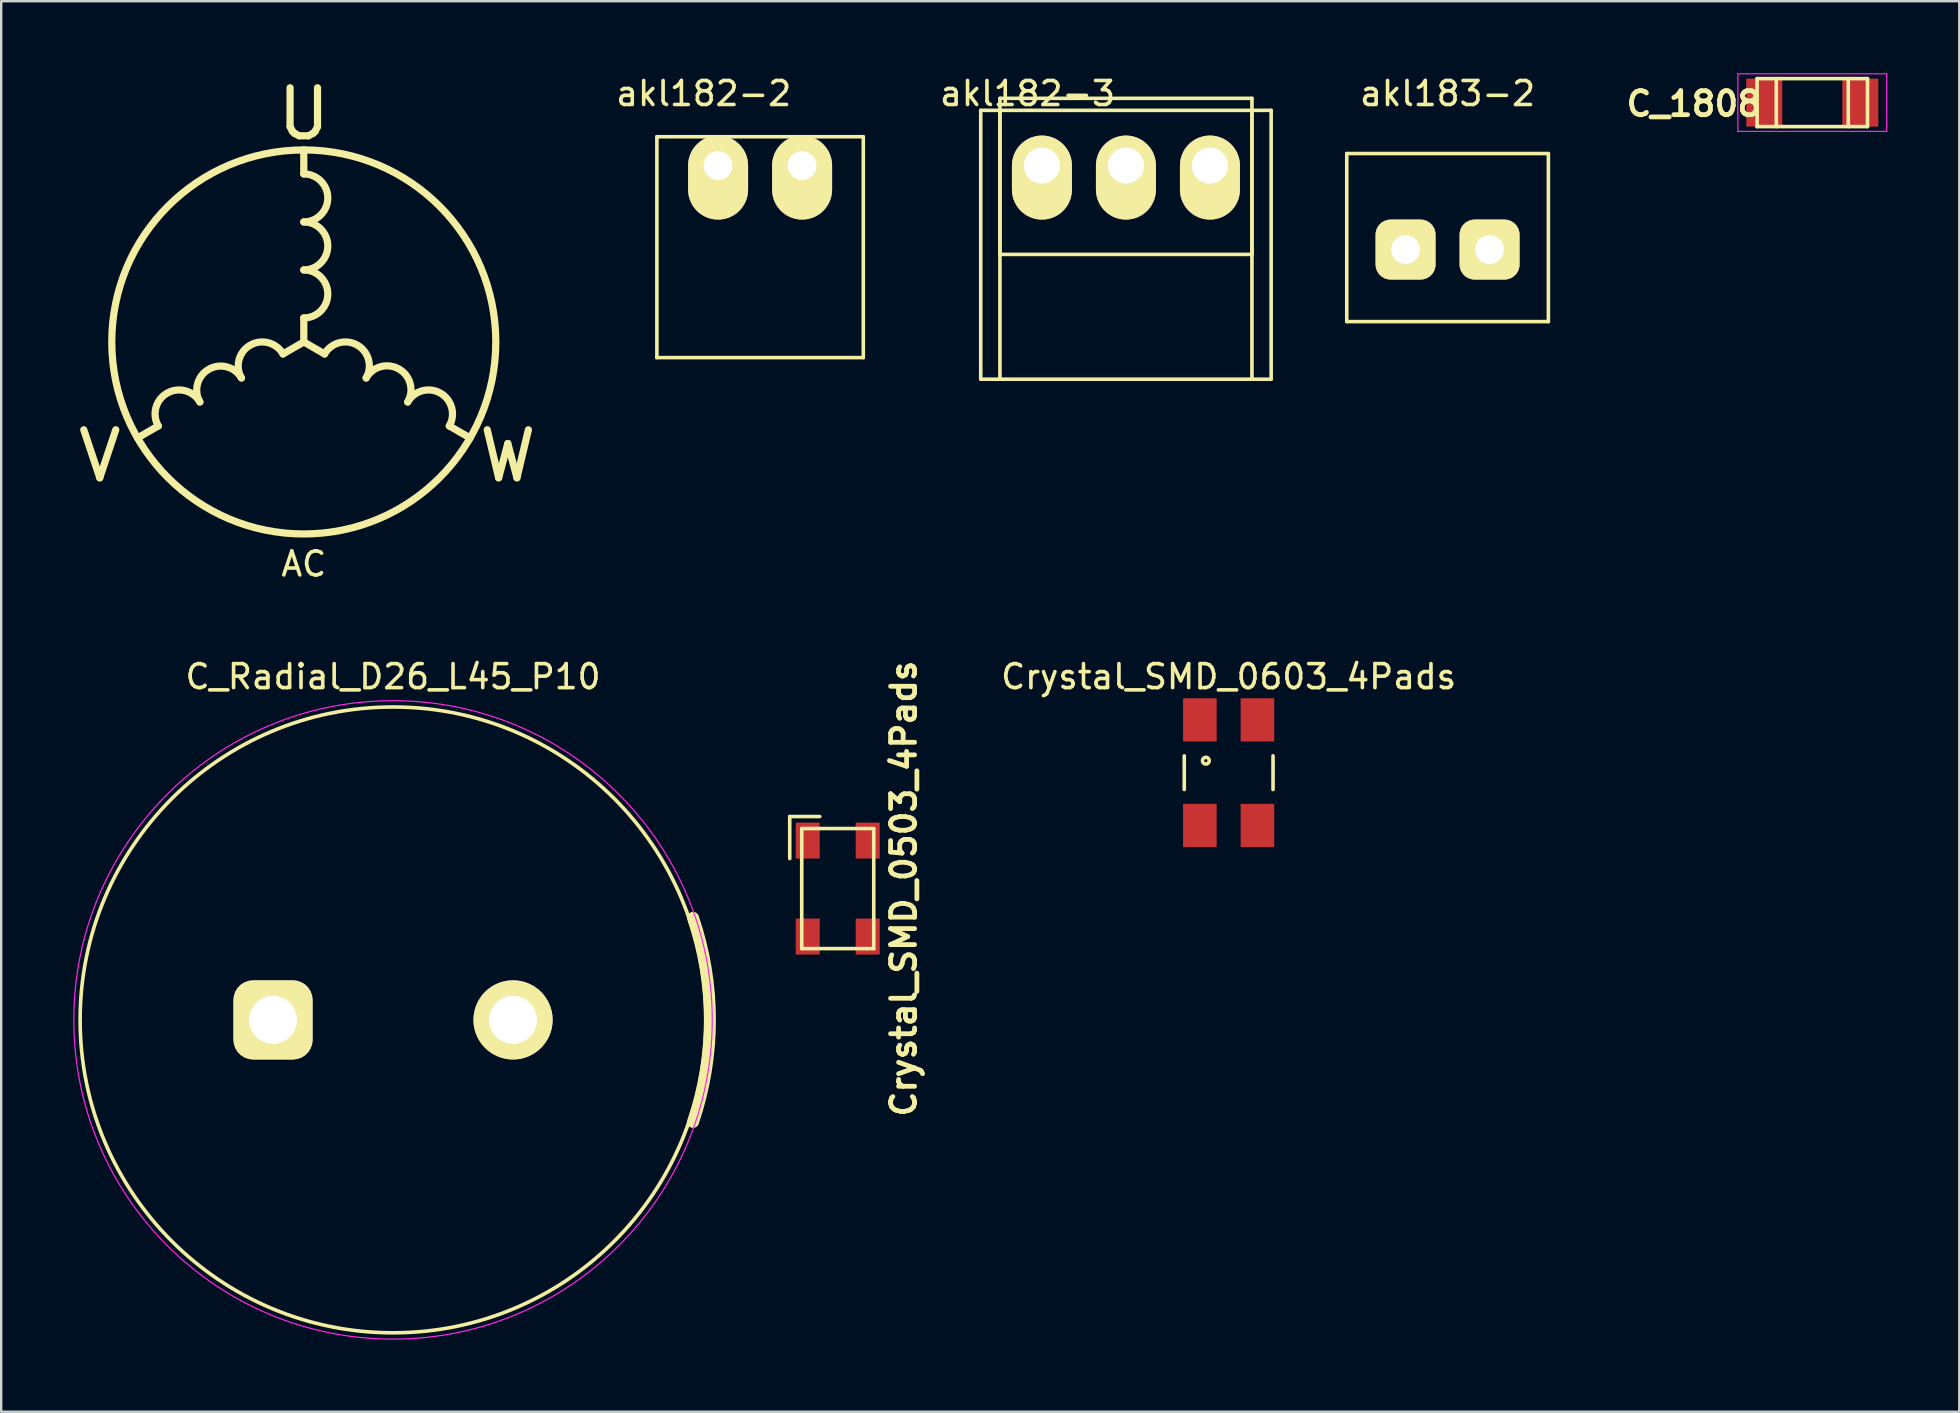
<source format=kicad_pcb>
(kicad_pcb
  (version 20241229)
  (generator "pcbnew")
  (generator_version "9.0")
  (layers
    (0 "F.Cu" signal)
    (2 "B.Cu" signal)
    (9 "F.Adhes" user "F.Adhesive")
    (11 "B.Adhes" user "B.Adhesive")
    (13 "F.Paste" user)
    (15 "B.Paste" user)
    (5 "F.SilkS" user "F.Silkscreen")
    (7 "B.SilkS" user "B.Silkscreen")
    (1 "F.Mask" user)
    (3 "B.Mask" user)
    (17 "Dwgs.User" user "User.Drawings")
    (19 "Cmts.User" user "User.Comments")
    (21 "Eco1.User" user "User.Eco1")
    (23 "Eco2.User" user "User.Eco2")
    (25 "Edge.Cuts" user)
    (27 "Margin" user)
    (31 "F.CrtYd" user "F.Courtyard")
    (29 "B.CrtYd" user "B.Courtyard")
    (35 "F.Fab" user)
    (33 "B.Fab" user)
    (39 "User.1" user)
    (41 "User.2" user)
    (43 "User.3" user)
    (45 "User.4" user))
  (footprint "AC"
    (layer "F.Cu")
    (at 9.607 11.197)
    (property "Reference" "AC" (at 0 9.25 0) (layer "F.SilkS") (effects (font (size 1 1) (thickness 0.15))))
    (attr through_hole)
    (fp_line (start -6.062 3.5) (end -6.928 4) (stroke (width 0.3) (type solid)) (layer "F.SilkS"))
    (fp_line (start 0 -7) (end 0 -8) (stroke (width 0.3) (type solid)) (layer "F.SilkS"))
    (fp_line (start 0 0) (end 0 -1) (stroke (width 0.3) (type solid)) (layer "F.SilkS"))
    (fp_line (start 0.000102 0.000013) (end -0.866 0.5) (stroke (width 0.3) (type solid)) (layer "F.SilkS"))
    (fp_line (start 0.866 0.5) (end -0.000103 0.000012) (stroke (width 0.3) (type solid)) (layer "F.SilkS"))
    (fp_line (start 6.928 4) (end 6.062 3.5) (stroke (width 0.3) (type solid)) (layer "F.SilkS"))
    (fp_arc (start -6.062076 3.500013) (mid -5.696051 2.133988) (end -4.330026 2.500013) (stroke (width 0.3) (type solid)) (layer "F.SilkS"))
    (fp_arc (start -4.330025 2.500013) (mid -3.964 1.133988) (end -2.597975 1.500013) (stroke (width 0.3) (type solid)) (layer "F.SilkS"))
    (fp_arc (start -2.597975 1.500013) (mid -2.231949 0.133987) (end -0.865923 0.500013) (stroke (width 0.3) (type solid)) (layer "F.SilkS"))
    (fp_arc (start 0 -7) (mid 1 -6) (end 0 -5) (stroke (width 0.3) (type solid)) (layer "F.SilkS"))
    (fp_arc (start 0 -5) (mid 1 -4) (end 0 -3) (stroke (width 0.3) (type solid)) (layer "F.SilkS"))
    (fp_arc (start 0 -3) (mid 1 -2) (end 0 -1) (stroke (width 0.3) (type solid)) (layer "F.SilkS"))
    (fp_arc (start 0.865923 0.500013) (mid 2.231947 0.133987) (end 2.597973 1.500011) (stroke (width 0.3) (type solid)) (layer "F.SilkS"))
    (fp_arc (start 2.597974 1.500013) (mid 3.963999 1.133988) (end 4.330024 2.500013) (stroke (width 0.3) (type solid)) (layer "F.SilkS"))
    (fp_arc (start 4.330024 2.500012) (mid 5.696051 2.133987) (end 6.062076 3.500014) (stroke (width 0.3) (type solid)) (layer "F.SilkS"))
    (fp_circle (center 0 0) (end 0 -8) (stroke (width 0.3) (type solid)) (fill no) (layer "F.SilkS"))
    (fp_text user "W" (at 8.5 4.75 0) (layer "F.SilkS") (effects (font (size 2 2) (thickness 0.3))))
    (fp_text user "V" (at -8.5 4.75 0) (layer "F.SilkS") (effects (font (size 2 2) (thickness 0.3))))
    (fp_text user "U" (at 0 -9.5 0) (layer "F.SilkS") (effects (font (size 2 2) (thickness 0.3)))))
  (footprint "akl182-3"
    (layer "F.Cu")
    (at 40.361 3.848)
    (property "Reference" "akl182-3" (at -0.6 -3 0) (layer "F.SilkS") (effects (font (size 1 1) (thickness 0.15))))
    (attr through_hole)
    (fp_line (start -2.55 -2.3) (end 9.55 -2.3) (stroke (width 0.15) (type solid)) (layer "F.SilkS"))
    (fp_line (start -2.55 8.9) (end -2.55 -2.3) (stroke (width 0.15) (type solid)) (layer "F.SilkS"))
    (fp_line (start -2.55 8.9) (end 9.55 8.9) (stroke (width 0.15) (type solid)) (layer "F.SilkS"))
    (fp_line (start -1.75 -2.8) (end 8.75 -2.8) (stroke (width 0.15) (type solid)) (layer "F.SilkS"))
    (fp_line (start -1.75 -2.3) (end -1.75 8.9) (stroke (width 0.15) (type solid)) (layer "F.SilkS"))
    (fp_line (start -1.75 3.7) (end -1.75 -2.8) (stroke (width 0.15) (type solid)) (layer "F.SilkS"))
    (fp_line (start 8.75 -2.8) (end 8.75 3.7) (stroke (width 0.15) (type solid)) (layer "F.SilkS"))
    (fp_line (start 8.75 -2.3) (end 8.75 8.9) (stroke (width 0.15) (type solid)) (layer "F.SilkS"))
    (fp_line (start 8.75 3.7) (end -1.75 3.7) (stroke (width 0.15) (type solid)) (layer "F.SilkS"))
    (fp_line (start 9.55 -2.3) (end 9.55 8.9) (stroke (width 0.15) (type solid)) (layer "F.SilkS"))
    (pad "1" thru_hole oval (at 0 0) (size 2.5 3.5) (drill 1.5 (offset 0 0.5)) (layers "*.Cu" "*.Mask" "F.SilkS"))
    (pad "2" thru_hole oval (at 3.5 0) (size 2.5 3.5) (drill 1.5 (offset 0 0.5)) (layers "*.Cu" "*.Mask" "F.SilkS"))
    (pad "3" thru_hole oval (at 7 0) (size 2.5 3.5) (drill 1.5 (offset 0 0.5)) (layers "*.Cu" "*.Mask" "F.SilkS")))
  (footprint "Crystal_SMD_0603_4Pads"
    (layer "F.Cu")
    (at 48.14 29.143)
    (property "Reference" "Crystal_SMD_0603_4Pads" (at 0 -4 0) (layer "F.SilkS") (effects (font (size 1 1) (thickness 0.15))))
    (attr smd)
    (fp_line (start -1.849 0.701) (end -1.849 -0.701) (stroke (width 0.15) (type solid)) (layer "F.SilkS"))
    (fp_line (start 1.849 -0.701) (end 1.849 0.701) (stroke (width 0.15) (type solid)) (layer "F.SilkS"))
    (fp_circle (center -0.95 -0.5) (end -1.049 -0.399) (stroke (width 0.15) (type solid)) (fill no) (layer "F.SilkS"))
    (pad "1" smd rect (at -1.199 -2.2 270) (size 1.801 1.4) (layers "F.Cu" "F.Mask" "F.Paste"))
    (pad "2" smd rect (at 1.199 2.2 270) (size 1.801 1.4) (layers "F.Cu" "F.Mask" "F.Paste"))
    (pad "3" smd rect (at -1.199 2.2 270) (size 1.801 1.4) (layers "F.Cu" "F.Mask" "F.Paste"))
    (pad "3" smd rect (at 1.199 -2.2 270) (size 1.801 1.4) (layers "F.Cu" "F.Mask" "F.Paste")))
  (footprint "C_Radial_D26_L45_P10"
    (layer "F.Cu")
    (at 13.325 39.443)
    (property "Reference" "C_Radial_D26_L45_P10" (at 0 -14.3 0) (layer "F.SilkS") (effects (font (size 1 1) (thickness 0.15))))
    (attr through_hole)
    (fp_arc (start 12.5 -4.25) (mid 13.202746 0) (end 12.5 4.249999) (stroke (width 0.5) (type solid)) (layer "F.SilkS"))
    (fp_circle (center 0 0) (end 0 -13.037) (stroke (width 0.15) (type solid)) (fill no) (layer "F.SilkS"))
    (fp_circle (center 0 0) (end 0 -13.3) (stroke (width 0.05) (type solid)) (fill no) (layer "F.CrtYd"))
    (pad "1" thru_hole roundrect (at -5 0) (size 3.3 3.3) (drill 2) (layers "*.Cu" "*.Mask" "F.SilkS") (roundrect_rratio 0.25))
    (pad "2" thru_hole circle (at 5 0) (size 3.3 3.3) (drill 2) (layers "*.Cu" "*.Mask" "F.SilkS")))
  (footprint "Crystal_SMD_0503_4Pads"
    (layer "F.Cu")
    (at 31.853 33.971)
    (property "Reference" "Crystal_SMD_0503_4Pads" (at 2.75 0 90) (layer "F.SilkS") (effects (font (size 1 1) (thickness 0.2))))
    (attr smd)
    (fp_line (start -2 -3) (end -2 -1.25) (stroke (width 0.15) (type solid)) (layer "F.SilkS"))
    (fp_line (start -1.5 -2.5) (end 1.5 -2.5) (stroke (width 0.15) (type solid)) (layer "F.SilkS"))
    (fp_line (start -1.5 2.5) (end -1.5 -2.5) (stroke (width 0.15) (type solid)) (layer "F.SilkS"))
    (fp_line (start -0.75 -3) (end -2 -3) (stroke (width 0.15) (type solid)) (layer "F.SilkS"))
    (fp_line (start 1.5 -2.5) (end 1.5 2.5) (stroke (width 0.15) (type solid)) (layer "F.SilkS"))
    (fp_line (start 1.5 2.5) (end -1.5 2.5) (stroke (width 0.15) (type solid)) (layer "F.SilkS"))
    (pad "1" smd rect (at -1.25 -2 270) (size 1.5 1) (layers "F.Cu" "F.Mask" "F.Paste"))
    (pad "2" smd rect (at 1.25 2 270) (size 1.5 1) (layers "F.Cu" "F.Mask" "F.Paste"))
    (pad "3" smd rect (at -1.25 2 270) (size 1.5 1) (layers "F.Cu" "F.Mask" "F.Paste"))
    (pad "3" smd rect (at 1.25 -2 270) (size 1.5 1) (layers "F.Cu" "F.Mask" "F.Paste")))
  (footprint "C_1808"
    (layer "F.Cu")
    (at 72.457 1.225)
    (property "Reference" "C_1808" (at -4.936 0.05 0) (layer "F.SilkS") (effects (font (size 1 1) (thickness 0.2))))
    (attr smd)
    (fp_line (start -2.3 -1) (end -2.3 1) (stroke (width 0.15) (type solid)) (layer "F.SilkS"))
    (fp_line (start -2.3 1) (end 2.3 1) (stroke (width 0.15) (type solid)) (layer "F.SilkS"))
    (fp_line (start -1.5 -1) (end -1.5 1) (stroke (width 0.15) (type solid)) (layer "F.SilkS"))
    (fp_line (start 1.5 -1) (end 1.5 1) (stroke (width 0.15) (type solid)) (layer "F.SilkS"))
    (fp_line (start 2.3 -1) (end -2.3 -1) (stroke (width 0.15) (type solid)) (layer "F.SilkS"))
    (fp_line (start 2.3 1) (end 2.3 -1) (stroke (width 0.15) (type solid)) (layer "F.SilkS"))
    (fp_line (start -3.1 -1.2) (end -3.1 1.2) (stroke (width 0.05) (type solid)) (layer "F.CrtYd"))
    (fp_line (start -3.1 -1.2) (end 3.1 -1.2) (stroke (width 0.05) (type solid)) (layer "F.CrtYd"))
    (fp_line (start -3.1 1.2) (end 3.1 1.2) (stroke (width 0.05) (type solid)) (layer "F.CrtYd"))
    (fp_line (start 3.1 -1.2) (end 3.1 1.2) (stroke (width 0.05) (type solid)) (layer "F.CrtYd"))
    (pad "1" smd rect (at -2 0) (size 1.5 2) (layers "F.Cu" "F.Mask" "F.Paste"))
    (pad "2" smd rect (at 2 0) (size 1.5 2) (layers "F.Cu" "F.Mask" "F.Paste")))
  (footprint "akl183-2"
    (layer "F.Cu")
    (at 57.261 7.348)
    (property "Reference" "akl183-2" (at 0 -6.5 0) (layer "F.SilkS") (effects (font (size 1 1) (thickness 0.15))))
    (attr through_hole)
    (fp_line (start -4.2 -4) (end -4.2 3) (stroke (width 0.15) (type solid)) (layer "F.SilkS"))
    (fp_line (start -4.2 -4) (end 4.2 -4) (stroke (width 0.15) (type solid)) (layer "F.SilkS"))
    (fp_line (start -4.2 3) (end 4.2 3) (stroke (width 0.15) (type solid)) (layer "F.SilkS"))
    (fp_line (start 4.2 -4) (end 4.2 3) (stroke (width 0.15) (type solid)) (layer "F.SilkS"))
    (pad "1" thru_hole roundrect (at -1.75 0) (size 2.5 2.5) (drill 1.2) (layers "*.Cu" "*.Mask" "F.SilkS") (roundrect_rratio 0.25))
    (pad "2" thru_hole roundrect (at 1.75 0) (size 2.5 2.5) (drill 1.2) (layers "*.Cu" "*.Mask" "F.SilkS") (roundrect_rratio 0.25)))
  (footprint "akl182-2"
    (layer "F.Cu")
    (at 26.868 3.848)
    (property "Reference" "akl182-2" (at -0.6 -3 0) (layer "F.SilkS") (effects (font (size 1 1) (thickness 0.15))))
    (attr through_hole)
    (fp_line (start -2.55 -1.2) (end 6.05 -1.2) (stroke (width 0.15) (type solid)) (layer "F.SilkS"))
    (fp_line (start -2.55 8) (end -2.55 -1.2) (stroke (width 0.15) (type solid)) (layer "F.SilkS"))
    (fp_line (start -2.55 8) (end 6.05 8) (stroke (width 0.15) (type solid)) (layer "F.SilkS"))
    (fp_line (start 6.05 -1.2) (end 6.05 8) (stroke (width 0.15) (type solid)) (layer "F.SilkS"))
    (pad "1" thru_hole oval (at 0 0) (size 2.5 3.5) (drill 1.2 (offset 0 0.5)) (layers "*.Cu" "*.Mask" "F.SilkS"))
    (pad "2" thru_hole oval (at 3.5 0) (size 2.5 3.5) (drill 1.2 (offset 0 0.5)) (layers "*.Cu" "*.Mask" "F.SilkS")))
  (gr_rect
    (start -3 -3)
    (end 78.582 55.768)
    (stroke (width 0.1) (type default))
    (fill no)
    (layer "Edge.Cuts")))
</source>
